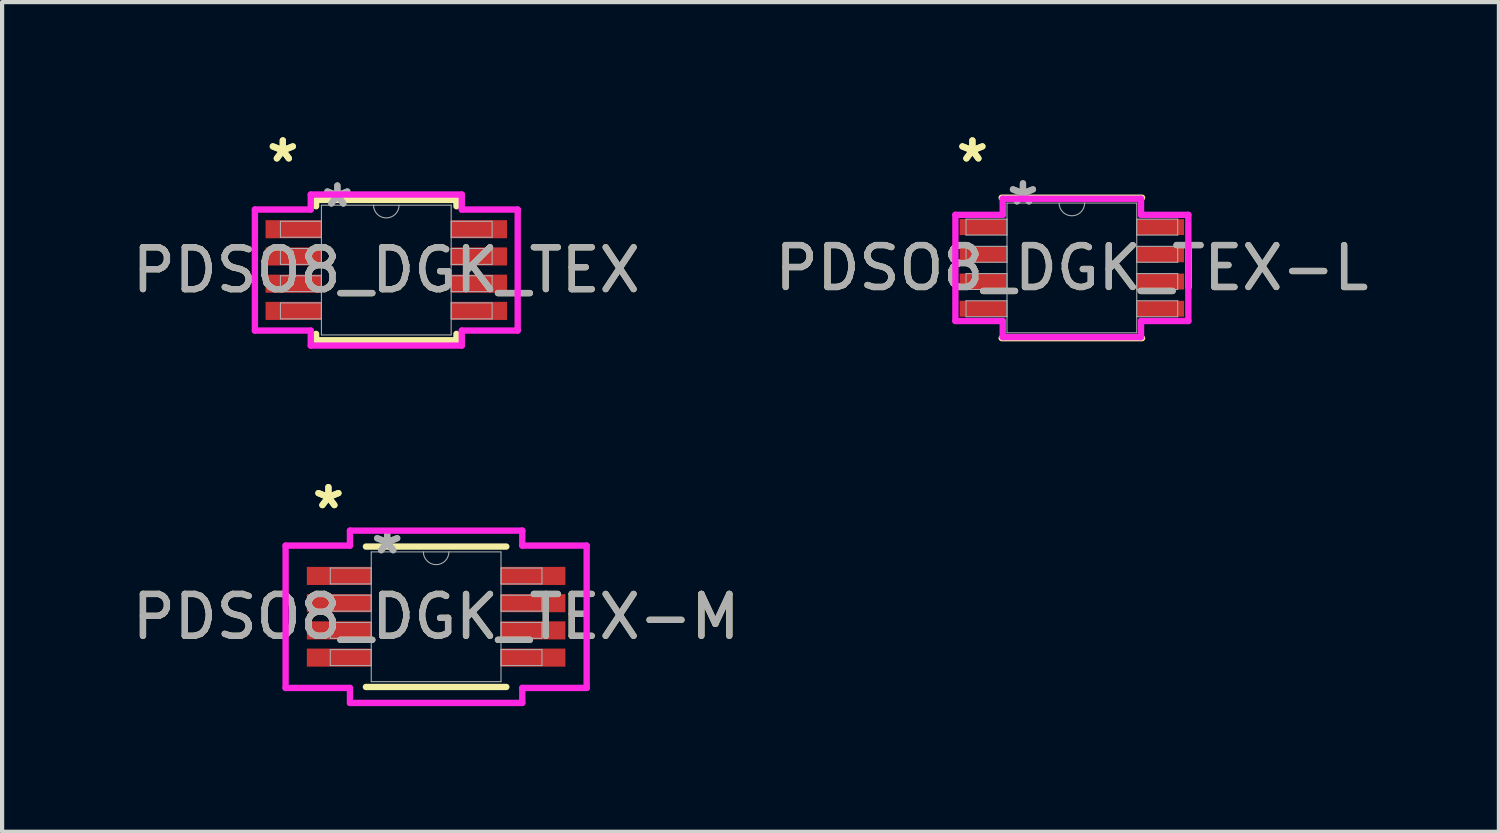
<source format=kicad_pcb>
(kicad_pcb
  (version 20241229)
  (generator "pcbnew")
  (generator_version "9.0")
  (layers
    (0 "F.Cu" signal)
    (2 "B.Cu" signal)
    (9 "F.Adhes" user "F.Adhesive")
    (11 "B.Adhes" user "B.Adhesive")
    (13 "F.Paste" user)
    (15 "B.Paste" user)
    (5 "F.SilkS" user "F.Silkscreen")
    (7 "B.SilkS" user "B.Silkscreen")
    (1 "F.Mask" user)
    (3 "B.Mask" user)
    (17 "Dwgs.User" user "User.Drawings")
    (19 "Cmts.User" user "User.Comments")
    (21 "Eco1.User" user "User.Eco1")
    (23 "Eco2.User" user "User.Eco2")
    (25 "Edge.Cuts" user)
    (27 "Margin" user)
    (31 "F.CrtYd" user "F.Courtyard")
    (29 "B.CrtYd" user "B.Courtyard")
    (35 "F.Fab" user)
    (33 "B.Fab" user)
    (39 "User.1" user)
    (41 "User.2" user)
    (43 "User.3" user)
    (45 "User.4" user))
  (footprint "PDSO8_DGK_TEX-L"
    (layer "F.Cu")
    (at 22.542 3.347)
    (property "Reference" "PDSO8_DGK_TEX-L" (at 0 0 0) (unlocked yes) (layer "F.SilkS") (effects (font (size 1 1) (thickness 0.15))))
    (attr smd)
    (fp_line (start -1.676 1.676) (end 1.676 1.676) (stroke (width 0.152) (type solid)) (layer "F.SilkS"))
    (fp_line (start 1.676 -1.676) (end -1.676 -1.676) (stroke (width 0.152) (type solid)) (layer "F.SilkS"))
    (fp_line (start -2.781 -1.267) (end -1.651 -1.267) (stroke (width 0.152) (type solid)) (layer "F.CrtYd"))
    (fp_line (start -2.781 1.267) (end -2.781 -1.267) (stroke (width 0.152) (type solid)) (layer "F.CrtYd"))
    (fp_line (start -2.781 1.267) (end -1.651 1.267) (stroke (width 0.152) (type solid)) (layer "F.CrtYd"))
    (fp_line (start -1.651 -1.651) (end 1.651 -1.651) (stroke (width 0.152) (type solid)) (layer "F.CrtYd"))
    (fp_line (start -1.651 -1.267) (end -1.651 -1.651) (stroke (width 0.152) (type solid)) (layer "F.CrtYd"))
    (fp_line (start -1.651 1.651) (end -1.651 1.267) (stroke (width 0.152) (type solid)) (layer "F.CrtYd"))
    (fp_line (start 1.651 -1.651) (end 1.651 -1.267) (stroke (width 0.152) (type solid)) (layer "F.CrtYd"))
    (fp_line (start 1.651 1.267) (end 1.651 1.651) (stroke (width 0.152) (type solid)) (layer "F.CrtYd"))
    (fp_line (start 1.651 1.651) (end -1.651 1.651) (stroke (width 0.152) (type solid)) (layer "F.CrtYd"))
    (fp_line (start 2.781 -1.267) (end 1.651 -1.267) (stroke (width 0.152) (type solid)) (layer "F.CrtYd"))
    (fp_line (start 2.781 -1.267) (end 2.781 1.267) (stroke (width 0.152) (type solid)) (layer "F.CrtYd"))
    (fp_line (start 2.781 1.267) (end 1.651 1.267) (stroke (width 0.152) (type solid)) (layer "F.CrtYd"))
    (fp_line (start -2.527 -1.165) (end -2.527 -0.784) (stroke (width 0.025) (type solid)) (layer "F.Fab"))
    (fp_line (start -2.527 -0.784) (end -1.549 -0.784) (stroke (width 0.025) (type solid)) (layer "F.Fab"))
    (fp_line (start -2.527 -0.515) (end -2.527 -0.135) (stroke (width 0.025) (type solid)) (layer "F.Fab"))
    (fp_line (start -2.527 -0.135) (end -1.549 -0.135) (stroke (width 0.025) (type solid)) (layer "F.Fab"))
    (fp_line (start -2.527 0.135) (end -2.527 0.515) (stroke (width 0.025) (type solid)) (layer "F.Fab"))
    (fp_line (start -2.527 0.515) (end -1.549 0.515) (stroke (width 0.025) (type solid)) (layer "F.Fab"))
    (fp_line (start -2.527 0.784) (end -2.527 1.165) (stroke (width 0.025) (type solid)) (layer "F.Fab"))
    (fp_line (start -2.527 1.165) (end -1.549 1.165) (stroke (width 0.025) (type solid)) (layer "F.Fab"))
    (fp_line (start -1.549 -1.549) (end -1.549 1.549) (stroke (width 0.025) (type solid)) (layer "F.Fab"))
    (fp_line (start -1.549 -1.165) (end -2.527 -1.165) (stroke (width 0.025) (type solid)) (layer "F.Fab"))
    (fp_line (start -1.549 -0.784) (end -1.549 -1.165) (stroke (width 0.025) (type solid)) (layer "F.Fab"))
    (fp_line (start -1.549 -0.515) (end -2.527 -0.515) (stroke (width 0.025) (type solid)) (layer "F.Fab"))
    (fp_line (start -1.549 -0.135) (end -1.549 -0.515) (stroke (width 0.025) (type solid)) (layer "F.Fab"))
    (fp_line (start -1.549 0.135) (end -2.527 0.135) (stroke (width 0.025) (type solid)) (layer "F.Fab"))
    (fp_line (start -1.549 0.515) (end -1.549 0.135) (stroke (width 0.025) (type solid)) (layer "F.Fab"))
    (fp_line (start -1.549 0.784) (end -2.527 0.784) (stroke (width 0.025) (type solid)) (layer "F.Fab"))
    (fp_line (start -1.549 1.165) (end -1.549 0.784) (stroke (width 0.025) (type solid)) (layer "F.Fab"))
    (fp_line (start -1.549 1.549) (end 1.549 1.549) (stroke (width 0.025) (type solid)) (layer "F.Fab"))
    (fp_line (start 1.549 -1.549) (end -1.549 -1.549) (stroke (width 0.025) (type solid)) (layer "F.Fab"))
    (fp_line (start 1.549 -1.165) (end 1.549 -0.784) (stroke (width 0.025) (type solid)) (layer "F.Fab"))
    (fp_line (start 1.549 -0.784) (end 2.527 -0.784) (stroke (width 0.025) (type solid)) (layer "F.Fab"))
    (fp_line (start 1.549 -0.515) (end 1.549 -0.135) (stroke (width 0.025) (type solid)) (layer "F.Fab"))
    (fp_line (start 1.549 -0.135) (end 2.527 -0.135) (stroke (width 0.025) (type solid)) (layer "F.Fab"))
    (fp_line (start 1.549 0.135) (end 1.549 0.515) (stroke (width 0.025) (type solid)) (layer "F.Fab"))
    (fp_line (start 1.549 0.515) (end 2.527 0.515) (stroke (width 0.025) (type solid)) (layer "F.Fab"))
    (fp_line (start 1.549 0.784) (end 1.549 1.165) (stroke (width 0.025) (type solid)) (layer "F.Fab"))
    (fp_line (start 1.549 1.165) (end 2.527 1.165) (stroke (width 0.025) (type solid)) (layer "F.Fab"))
    (fp_line (start 1.549 1.549) (end 1.549 -1.549) (stroke (width 0.025) (type solid)) (layer "F.Fab"))
    (fp_line (start 2.527 -1.165) (end 1.549 -1.165) (stroke (width 0.025) (type solid)) (layer "F.Fab"))
    (fp_line (start 2.527 -0.784) (end 2.527 -1.165) (stroke (width 0.025) (type solid)) (layer "F.Fab"))
    (fp_line (start 2.527 -0.515) (end 1.549 -0.515) (stroke (width 0.025) (type solid)) (layer "F.Fab"))
    (fp_line (start 2.527 -0.135) (end 2.527 -0.515) (stroke (width 0.025) (type solid)) (layer "F.Fab"))
    (fp_line (start 2.527 0.135) (end 1.549 0.135) (stroke (width 0.025) (type solid)) (layer "F.Fab"))
    (fp_line (start 2.527 0.515) (end 2.527 0.135) (stroke (width 0.025) (type solid)) (layer "F.Fab"))
    (fp_line (start 2.527 0.784) (end 1.549 0.784) (stroke (width 0.025) (type solid)) (layer "F.Fab"))
    (fp_line (start 2.527 1.165) (end 2.527 0.784) (stroke (width 0.025) (type solid)) (layer "F.Fab"))
    (fp_arc (start 0.3048 -1.5494) (mid 0 -1.2446) (end -0.3048 -1.5494) (stroke (width 0.0254) (type solid)) (layer "F.Fab"))
    (fp_text user "*" (at -2.375 -2.499 0) (unlocked yes) (layer "F.SilkS") (effects (font (size 1 1) (thickness 0.15))))
    (fp_text user "*" (at -2.375 -2.499 0) (layer "F.SilkS") (effects (font (size 1 1) (thickness 0.15))))
    (fp_text user "*" (at -1.168 -1.473 0) (layer "F.Fab") (effects (font (size 1 1) (thickness 0.15))))
    (fp_text user "${REFERENCE}" (at 0 0 0) (unlocked yes) (layer "F.Fab") (effects (font (size 1 1) (thickness 0.15))))
    (fp_text user "*" (at -1.168 -1.473 0) (unlocked yes) (layer "F.Fab") (effects (font (size 1 1) (thickness 0.15))))
    (pad "1" smd rect (at -2.121 -0.975) (size 1.118 0.381) (layers "F.Cu" "F.Mask" "F.Paste"))
    (pad "2" smd rect (at -2.121 -0.325) (size 1.118 0.381) (layers "F.Cu" "F.Mask" "F.Paste"))
    (pad "3" smd rect (at -2.121 0.325) (size 1.118 0.381) (layers "F.Cu" "F.Mask" "F.Paste"))
    (pad "4" smd rect (at -2.121 0.975) (size 1.118 0.381) (layers "F.Cu" "F.Mask" "F.Paste"))
    (pad "5" smd rect (at 2.121 0.975) (size 1.118 0.381) (layers "F.Cu" "F.Mask" "F.Paste"))
    (pad "6" smd rect (at 2.121 0.325) (size 1.118 0.381) (layers "F.Cu" "F.Mask" "F.Paste"))
    (pad "7" smd rect (at 2.121 -0.325) (size 1.118 0.381) (layers "F.Cu" "F.Mask" "F.Paste"))
    (pad "8" smd rect (at 2.121 -0.975) (size 1.118 0.381) (layers "F.Cu" "F.Mask" "F.Paste")))
  (footprint "PDSO8_DGK_TEX"
    (layer "F.Cu")
    (at 6.173 3.398)
    (property "Reference" "PDSO8_DGK_TEX" (at 0 0 0) (unlocked yes) (layer "F.SilkS") (effects (font (size 1 1) (thickness 0.15))))
    (attr smd)
    (fp_line (start -1.676 -1.676) (end -1.676 -1.524) (stroke (width 0.152) (type solid)) (layer "F.SilkS"))
    (fp_line (start -1.676 1.524) (end -1.676 1.676) (stroke (width 0.152) (type solid)) (layer "F.SilkS"))
    (fp_line (start -1.676 1.676) (end 1.676 1.676) (stroke (width 0.152) (type solid)) (layer "F.SilkS"))
    (fp_line (start 1.676 -1.676) (end -1.676 -1.676) (stroke (width 0.152) (type solid)) (layer "F.SilkS"))
    (fp_line (start 1.676 -1.524) (end 1.676 -1.676) (stroke (width 0.152) (type solid)) (layer "F.SilkS"))
    (fp_line (start 1.676 1.676) (end 1.676 1.524) (stroke (width 0.152) (type solid)) (layer "F.SilkS"))
    (fp_line (start -3.137 -1.445) (end -1.803 -1.445) (stroke (width 0.152) (type solid)) (layer "F.CrtYd"))
    (fp_line (start -3.137 1.445) (end -3.137 -1.445) (stroke (width 0.152) (type solid)) (layer "F.CrtYd"))
    (fp_line (start -3.137 1.445) (end -1.803 1.445) (stroke (width 0.152) (type solid)) (layer "F.CrtYd"))
    (fp_line (start -1.803 -1.803) (end 1.803 -1.803) (stroke (width 0.152) (type solid)) (layer "F.CrtYd"))
    (fp_line (start -1.803 -1.445) (end -1.803 -1.803) (stroke (width 0.152) (type solid)) (layer "F.CrtYd"))
    (fp_line (start -1.803 1.803) (end -1.803 1.445) (stroke (width 0.152) (type solid)) (layer "F.CrtYd"))
    (fp_line (start 1.803 -1.803) (end 1.803 -1.445) (stroke (width 0.152) (type solid)) (layer "F.CrtYd"))
    (fp_line (start 1.803 1.445) (end 1.803 1.803) (stroke (width 0.152) (type solid)) (layer "F.CrtYd"))
    (fp_line (start 1.803 1.803) (end -1.803 1.803) (stroke (width 0.152) (type solid)) (layer "F.CrtYd"))
    (fp_line (start 3.137 -1.445) (end 1.803 -1.445) (stroke (width 0.152) (type solid)) (layer "F.CrtYd"))
    (fp_line (start 3.137 -1.445) (end 3.137 1.445) (stroke (width 0.152) (type solid)) (layer "F.CrtYd"))
    (fp_line (start 3.137 1.445) (end 1.803 1.445) (stroke (width 0.152) (type solid)) (layer "F.CrtYd"))
    (fp_line (start -2.527 -1.165) (end -2.527 -0.784) (stroke (width 0.025) (type solid)) (layer "F.Fab"))
    (fp_line (start -2.527 -0.784) (end -1.549 -0.784) (stroke (width 0.025) (type solid)) (layer "F.Fab"))
    (fp_line (start -2.527 -0.515) (end -2.527 -0.135) (stroke (width 0.025) (type solid)) (layer "F.Fab"))
    (fp_line (start -2.527 -0.135) (end -1.549 -0.135) (stroke (width 0.025) (type solid)) (layer "F.Fab"))
    (fp_line (start -2.527 0.135) (end -2.527 0.515) (stroke (width 0.025) (type solid)) (layer "F.Fab"))
    (fp_line (start -2.527 0.515) (end -1.549 0.515) (stroke (width 0.025) (type solid)) (layer "F.Fab"))
    (fp_line (start -2.527 0.784) (end -2.527 1.165) (stroke (width 0.025) (type solid)) (layer "F.Fab"))
    (fp_line (start -2.527 1.165) (end -1.549 1.165) (stroke (width 0.025) (type solid)) (layer "F.Fab"))
    (fp_line (start -1.549 -1.549) (end -1.549 1.549) (stroke (width 0.025) (type solid)) (layer "F.Fab"))
    (fp_line (start -1.549 -1.165) (end -2.527 -1.165) (stroke (width 0.025) (type solid)) (layer "F.Fab"))
    (fp_line (start -1.549 -0.784) (end -1.549 -1.165) (stroke (width 0.025) (type solid)) (layer "F.Fab"))
    (fp_line (start -1.549 -0.515) (end -2.527 -0.515) (stroke (width 0.025) (type solid)) (layer "F.Fab"))
    (fp_line (start -1.549 -0.135) (end -1.549 -0.515) (stroke (width 0.025) (type solid)) (layer "F.Fab"))
    (fp_line (start -1.549 0.135) (end -2.527 0.135) (stroke (width 0.025) (type solid)) (layer "F.Fab"))
    (fp_line (start -1.549 0.515) (end -1.549 0.135) (stroke (width 0.025) (type solid)) (layer "F.Fab"))
    (fp_line (start -1.549 0.784) (end -2.527 0.784) (stroke (width 0.025) (type solid)) (layer "F.Fab"))
    (fp_line (start -1.549 1.165) (end -1.549 0.784) (stroke (width 0.025) (type solid)) (layer "F.Fab"))
    (fp_line (start -1.549 1.549) (end 1.549 1.549) (stroke (width 0.025) (type solid)) (layer "F.Fab"))
    (fp_line (start 1.549 -1.549) (end -1.549 -1.549) (stroke (width 0.025) (type solid)) (layer "F.Fab"))
    (fp_line (start 1.549 -1.165) (end 1.549 -0.784) (stroke (width 0.025) (type solid)) (layer "F.Fab"))
    (fp_line (start 1.549 -0.784) (end 2.527 -0.784) (stroke (width 0.025) (type solid)) (layer "F.Fab"))
    (fp_line (start 1.549 -0.515) (end 1.549 -0.135) (stroke (width 0.025) (type solid)) (layer "F.Fab"))
    (fp_line (start 1.549 -0.135) (end 2.527 -0.135) (stroke (width 0.025) (type solid)) (layer "F.Fab"))
    (fp_line (start 1.549 0.135) (end 1.549 0.515) (stroke (width 0.025) (type solid)) (layer "F.Fab"))
    (fp_line (start 1.549 0.515) (end 2.527 0.515) (stroke (width 0.025) (type solid)) (layer "F.Fab"))
    (fp_line (start 1.549 0.784) (end 1.549 1.165) (stroke (width 0.025) (type solid)) (layer "F.Fab"))
    (fp_line (start 1.549 1.165) (end 2.527 1.165) (stroke (width 0.025) (type solid)) (layer "F.Fab"))
    (fp_line (start 1.549 1.549) (end 1.549 -1.549) (stroke (width 0.025) (type solid)) (layer "F.Fab"))
    (fp_line (start 2.527 -1.165) (end 1.549 -1.165) (stroke (width 0.025) (type solid)) (layer "F.Fab"))
    (fp_line (start 2.527 -0.784) (end 2.527 -1.165) (stroke (width 0.025) (type solid)) (layer "F.Fab"))
    (fp_line (start 2.527 -0.515) (end 1.549 -0.515) (stroke (width 0.025) (type solid)) (layer "F.Fab"))
    (fp_line (start 2.527 -0.135) (end 2.527 -0.515) (stroke (width 0.025) (type solid)) (layer "F.Fab"))
    (fp_line (start 2.527 0.135) (end 1.549 0.135) (stroke (width 0.025) (type solid)) (layer "F.Fab"))
    (fp_line (start 2.527 0.515) (end 2.527 0.135) (stroke (width 0.025) (type solid)) (layer "F.Fab"))
    (fp_line (start 2.527 0.784) (end 1.549 0.784) (stroke (width 0.025) (type solid)) (layer "F.Fab"))
    (fp_line (start 2.527 1.165) (end 2.527 0.784) (stroke (width 0.025) (type solid)) (layer "F.Fab"))
    (fp_arc (start 0.3048 -1.5494) (mid 0 -1.2446) (end -0.3048 -1.5494) (stroke (width 0.0254) (type solid)) (layer "F.Fab"))
    (fp_text user "*" (at -2.47 -2.55 0) (unlocked yes) (layer "F.SilkS") (effects (font (size 1 1) (thickness 0.15))))
    (fp_text user "*" (at -2.47 -2.55 0) (layer "F.SilkS") (effects (font (size 1 1) (thickness 0.15))))
    (fp_text user "*" (at -1.168 -1.473 0) (unlocked yes) (layer "F.Fab") (effects (font (size 1 1) (thickness 0.15))))
    (fp_text user "*" (at -1.168 -1.473 0) (layer "F.Fab") (effects (font (size 1 1) (thickness 0.15))))
    (fp_text user "${REFERENCE}" (at 0 0 0) (unlocked yes) (layer "F.Fab") (effects (font (size 1 1) (thickness 0.15))))
    (pad "1" smd rect (at -2.216 -0.975) (size 1.333 0.432) (layers "F.Cu" "F.Mask" "F.Paste"))
    (pad "2" smd rect (at -2.216 -0.325) (size 1.333 0.432) (layers "F.Cu" "F.Mask" "F.Paste"))
    (pad "3" smd rect (at -2.216 0.325) (size 1.333 0.432) (layers "F.Cu" "F.Mask" "F.Paste"))
    (pad "4" smd rect (at -2.216 0.975) (size 1.333 0.432) (layers "F.Cu" "F.Mask" "F.Paste"))
    (pad "5" smd rect (at 2.216 0.975) (size 1.333 0.432) (layers "F.Cu" "F.Mask" "F.Paste"))
    (pad "6" smd rect (at 2.216 0.325) (size 1.333 0.432) (layers "F.Cu" "F.Mask" "F.Paste"))
    (pad "7" smd rect (at 2.216 -0.325) (size 1.333 0.432) (layers "F.Cu" "F.Mask" "F.Paste"))
    (pad "8" smd rect (at 2.216 -0.975) (size 1.333 0.432) (layers "F.Cu" "F.Mask" "F.Paste")))
  (footprint "PDSO8_DGK_TEX-M"
    (layer "F.Cu")
    (at 7.363 11.676)
    (property "Reference" "PDSO8_DGK_TEX-M" (at 0 0 0) (unlocked yes) (layer "F.SilkS") (effects (font (size 1 1) (thickness 0.15))))
    (attr smd)
    (fp_line (start -1.676 1.676) (end 1.676 1.676) (stroke (width 0.152) (type solid)) (layer "F.SilkS"))
    (fp_line (start 1.676 -1.676) (end -1.676 -1.676) (stroke (width 0.152) (type solid)) (layer "F.SilkS"))
    (fp_line (start -3.594 -1.699) (end -2.057 -1.699) (stroke (width 0.152) (type solid)) (layer "F.CrtYd"))
    (fp_line (start -3.594 1.699) (end -3.594 -1.699) (stroke (width 0.152) (type solid)) (layer "F.CrtYd"))
    (fp_line (start -3.594 1.699) (end -2.057 1.699) (stroke (width 0.152) (type solid)) (layer "F.CrtYd"))
    (fp_line (start -2.057 -2.057) (end 2.057 -2.057) (stroke (width 0.152) (type solid)) (layer "F.CrtYd"))
    (fp_line (start -2.057 -1.699) (end -2.057 -2.057) (stroke (width 0.152) (type solid)) (layer "F.CrtYd"))
    (fp_line (start -2.057 2.057) (end -2.057 1.699) (stroke (width 0.152) (type solid)) (layer "F.CrtYd"))
    (fp_line (start 2.057 -2.057) (end 2.057 -1.699) (stroke (width 0.152) (type solid)) (layer "F.CrtYd"))
    (fp_line (start 2.057 1.699) (end 2.057 2.057) (stroke (width 0.152) (type solid)) (layer "F.CrtYd"))
    (fp_line (start 2.057 2.057) (end -2.057 2.057) (stroke (width 0.152) (type solid)) (layer "F.CrtYd"))
    (fp_line (start 3.594 -1.699) (end 2.057 -1.699) (stroke (width 0.152) (type solid)) (layer "F.CrtYd"))
    (fp_line (start 3.594 -1.699) (end 3.594 1.699) (stroke (width 0.152) (type solid)) (layer "F.CrtYd"))
    (fp_line (start 3.594 1.699) (end 2.057 1.699) (stroke (width 0.152) (type solid)) (layer "F.CrtYd"))
    (fp_line (start -2.527 -1.165) (end -2.527 -0.784) (stroke (width 0.025) (type solid)) (layer "F.Fab"))
    (fp_line (start -2.527 -0.784) (end -1.549 -0.784) (stroke (width 0.025) (type solid)) (layer "F.Fab"))
    (fp_line (start -2.527 -0.515) (end -2.527 -0.135) (stroke (width 0.025) (type solid)) (layer "F.Fab"))
    (fp_line (start -2.527 -0.135) (end -1.549 -0.135) (stroke (width 0.025) (type solid)) (layer "F.Fab"))
    (fp_line (start -2.527 0.135) (end -2.527 0.515) (stroke (width 0.025) (type solid)) (layer "F.Fab"))
    (fp_line (start -2.527 0.515) (end -1.549 0.515) (stroke (width 0.025) (type solid)) (layer "F.Fab"))
    (fp_line (start -2.527 0.784) (end -2.527 1.165) (stroke (width 0.025) (type solid)) (layer "F.Fab"))
    (fp_line (start -2.527 1.165) (end -1.549 1.165) (stroke (width 0.025) (type solid)) (layer "F.Fab"))
    (fp_line (start -1.549 -1.549) (end -1.549 1.549) (stroke (width 0.025) (type solid)) (layer "F.Fab"))
    (fp_line (start -1.549 -1.165) (end -2.527 -1.165) (stroke (width 0.025) (type solid)) (layer "F.Fab"))
    (fp_line (start -1.549 -0.784) (end -1.549 -1.165) (stroke (width 0.025) (type solid)) (layer "F.Fab"))
    (fp_line (start -1.549 -0.515) (end -2.527 -0.515) (stroke (width 0.025) (type solid)) (layer "F.Fab"))
    (fp_line (start -1.549 -0.135) (end -1.549 -0.515) (stroke (width 0.025) (type solid)) (layer "F.Fab"))
    (fp_line (start -1.549 0.135) (end -2.527 0.135) (stroke (width 0.025) (type solid)) (layer "F.Fab"))
    (fp_line (start -1.549 0.515) (end -1.549 0.135) (stroke (width 0.025) (type solid)) (layer "F.Fab"))
    (fp_line (start -1.549 0.784) (end -2.527 0.784) (stroke (width 0.025) (type solid)) (layer "F.Fab"))
    (fp_line (start -1.549 1.165) (end -1.549 0.784) (stroke (width 0.025) (type solid)) (layer "F.Fab"))
    (fp_line (start -1.549 1.549) (end 1.549 1.549) (stroke (width 0.025) (type solid)) (layer "F.Fab"))
    (fp_line (start 1.549 -1.549) (end -1.549 -1.549) (stroke (width 0.025) (type solid)) (layer "F.Fab"))
    (fp_line (start 1.549 -1.165) (end 1.549 -0.784) (stroke (width 0.025) (type solid)) (layer "F.Fab"))
    (fp_line (start 1.549 -0.784) (end 2.527 -0.784) (stroke (width 0.025) (type solid)) (layer "F.Fab"))
    (fp_line (start 1.549 -0.515) (end 1.549 -0.135) (stroke (width 0.025) (type solid)) (layer "F.Fab"))
    (fp_line (start 1.549 -0.135) (end 2.527 -0.135) (stroke (width 0.025) (type solid)) (layer "F.Fab"))
    (fp_line (start 1.549 0.135) (end 1.549 0.515) (stroke (width 0.025) (type solid)) (layer "F.Fab"))
    (fp_line (start 1.549 0.515) (end 2.527 0.515) (stroke (width 0.025) (type solid)) (layer "F.Fab"))
    (fp_line (start 1.549 0.784) (end 1.549 1.165) (stroke (width 0.025) (type solid)) (layer "F.Fab"))
    (fp_line (start 1.549 1.165) (end 2.527 1.165) (stroke (width 0.025) (type solid)) (layer "F.Fab"))
    (fp_line (start 1.549 1.549) (end 1.549 -1.549) (stroke (width 0.025) (type solid)) (layer "F.Fab"))
    (fp_line (start 2.527 -1.165) (end 1.549 -1.165) (stroke (width 0.025) (type solid)) (layer "F.Fab"))
    (fp_line (start 2.527 -0.784) (end 2.527 -1.165) (stroke (width 0.025) (type solid)) (layer "F.Fab"))
    (fp_line (start 2.527 -0.515) (end 1.549 -0.515) (stroke (width 0.025) (type solid)) (layer "F.Fab"))
    (fp_line (start 2.527 -0.135) (end 2.527 -0.515) (stroke (width 0.025) (type solid)) (layer "F.Fab"))
    (fp_line (start 2.527 0.135) (end 1.549 0.135) (stroke (width 0.025) (type solid)) (layer "F.Fab"))
    (fp_line (start 2.527 0.515) (end 2.527 0.135) (stroke (width 0.025) (type solid)) (layer "F.Fab"))
    (fp_line (start 2.527 0.784) (end 1.549 0.784) (stroke (width 0.025) (type solid)) (layer "F.Fab"))
    (fp_line (start 2.527 1.165) (end 2.527 0.784) (stroke (width 0.025) (type solid)) (layer "F.Fab"))
    (fp_arc (start 0.3048 -1.5494) (mid 0 -1.2446) (end -0.3048 -1.5494) (stroke (width 0.0254) (type solid)) (layer "F.Fab"))
    (fp_text user "*" (at -2.572 -2.55 0) (layer "F.SilkS") (effects (font (size 1 1) (thickness 0.15))))
    (fp_text user "*" (at -2.572 -2.55 0) (unlocked yes) (layer "F.SilkS") (effects (font (size 1 1) (thickness 0.15))))
    (fp_text user "${REFERENCE}" (at 0 0 0) (unlocked yes) (layer "F.Fab") (effects (font (size 1 1) (thickness 0.15))))
    (fp_text user "*" (at -1.168 -1.473 0) (unlocked yes) (layer "F.Fab") (effects (font (size 1 1) (thickness 0.15))))
    (fp_text user "*" (at -1.168 -1.473 0) (layer "F.Fab") (effects (font (size 1 1) (thickness 0.15))))
    (pad "1" smd rect (at -2.318 -0.975) (size 1.537 0.432) (layers "F.Cu" "F.Mask" "F.Paste"))
    (pad "2" smd rect (at -2.318 -0.325) (size 1.537 0.432) (layers "F.Cu" "F.Mask" "F.Paste"))
    (pad "3" smd rect (at -2.318 0.325) (size 1.537 0.432) (layers "F.Cu" "F.Mask" "F.Paste"))
    (pad "4" smd rect (at -2.318 0.975) (size 1.537 0.432) (layers "F.Cu" "F.Mask" "F.Paste"))
    (pad "5" smd rect (at 2.318 0.975) (size 1.537 0.432) (layers "F.Cu" "F.Mask" "F.Paste"))
    (pad "6" smd rect (at 2.318 0.325) (size 1.537 0.432) (layers "F.Cu" "F.Mask" "F.Paste"))
    (pad "7" smd rect (at 2.318 -0.325) (size 1.537 0.432) (layers "F.Cu" "F.Mask" "F.Paste"))
    (pad "8" smd rect (at 2.318 -0.975) (size 1.537 0.432) (layers "F.Cu" "F.Mask" "F.Paste")))
  (gr_rect
    (start -3 -3)
    (end 32.738 16.809)
    (stroke (width 0.1) (type default))
    (fill no)
    (layer "Edge.Cuts")))
</source>
